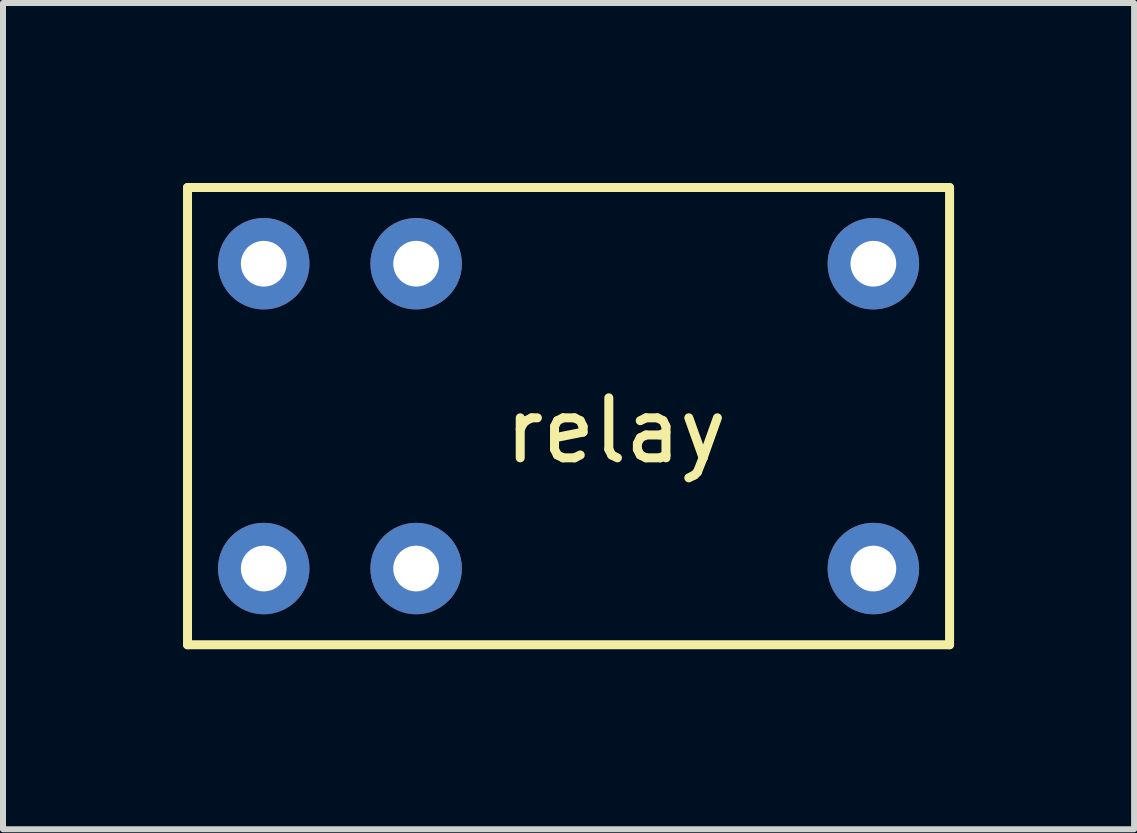
<source format=kicad_pcb>
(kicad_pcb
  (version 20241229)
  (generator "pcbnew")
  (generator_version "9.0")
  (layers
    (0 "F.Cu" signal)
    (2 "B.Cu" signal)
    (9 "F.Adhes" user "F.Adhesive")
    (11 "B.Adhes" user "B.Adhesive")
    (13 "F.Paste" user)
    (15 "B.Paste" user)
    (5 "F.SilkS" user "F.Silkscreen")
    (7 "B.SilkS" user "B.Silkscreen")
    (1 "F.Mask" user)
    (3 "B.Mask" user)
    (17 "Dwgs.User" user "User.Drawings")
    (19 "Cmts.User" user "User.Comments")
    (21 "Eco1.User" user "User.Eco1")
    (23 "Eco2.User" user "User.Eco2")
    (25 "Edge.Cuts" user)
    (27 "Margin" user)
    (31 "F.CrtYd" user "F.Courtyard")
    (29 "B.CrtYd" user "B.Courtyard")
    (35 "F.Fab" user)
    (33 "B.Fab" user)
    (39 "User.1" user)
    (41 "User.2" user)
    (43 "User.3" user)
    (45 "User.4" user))
  (footprint "relay"
    (layer "F.Cu")
    (at 3.885 5.155)
    (property "Reference" "relay" (at 3.33 -1.03 0) (layer "F.SilkS") (effects (font (size 1 1) (thickness 0.15))))
    (attr through_hole)
    (fp_line (start -3.81 -5.08) (end 8.89 -5.08) (stroke (width 0.15) (type solid)) (layer "F.SilkS"))
    (fp_line (start -3.81 2.54) (end -3.81 -5.08) (stroke (width 0.15) (type solid)) (layer "F.SilkS"))
    (fp_line (start 8.89 -5.08) (end 8.89 2.54) (stroke (width 0.15) (type solid)) (layer "F.SilkS"))
    (fp_line (start 8.89 2.54) (end -3.81 2.54) (stroke (width 0.15) (type solid)) (layer "F.SilkS"))
    (pad "1" thru_hole circle (at -2.54 1.27) (size 1.524 1.524) (drill 0.762) (layers "*.Cu" "*.Mask"))
    (pad "2" thru_hole circle (at 0 1.27) (size 1.524 1.524) (drill 0.762) (layers "*.Cu" "*.Mask"))
    (pad "5" thru_hole circle (at 7.62 1.27) (size 1.524 1.524) (drill 0.762) (layers "*.Cu" "*.Mask"))
    (pad "6" thru_hole circle (at 7.62 -3.81) (size 1.524 1.524) (drill 0.762) (layers "*.Cu" "*.Mask"))
    (pad "9" thru_hole circle (at 0 -3.81) (size 1.524 1.524) (drill 0.762) (layers "*.Cu" "*.Mask"))
    (pad "10" thru_hole circle (at -2.54 -3.81) (size 1.524 1.524) (drill 0.762) (layers "*.Cu" "*.Mask")))
  (gr_rect
    (start -3 -3)
    (end 15.85 10.77)
    (stroke (width 0.1) (type default))
    (fill no)
    (layer "Edge.Cuts")))
</source>
